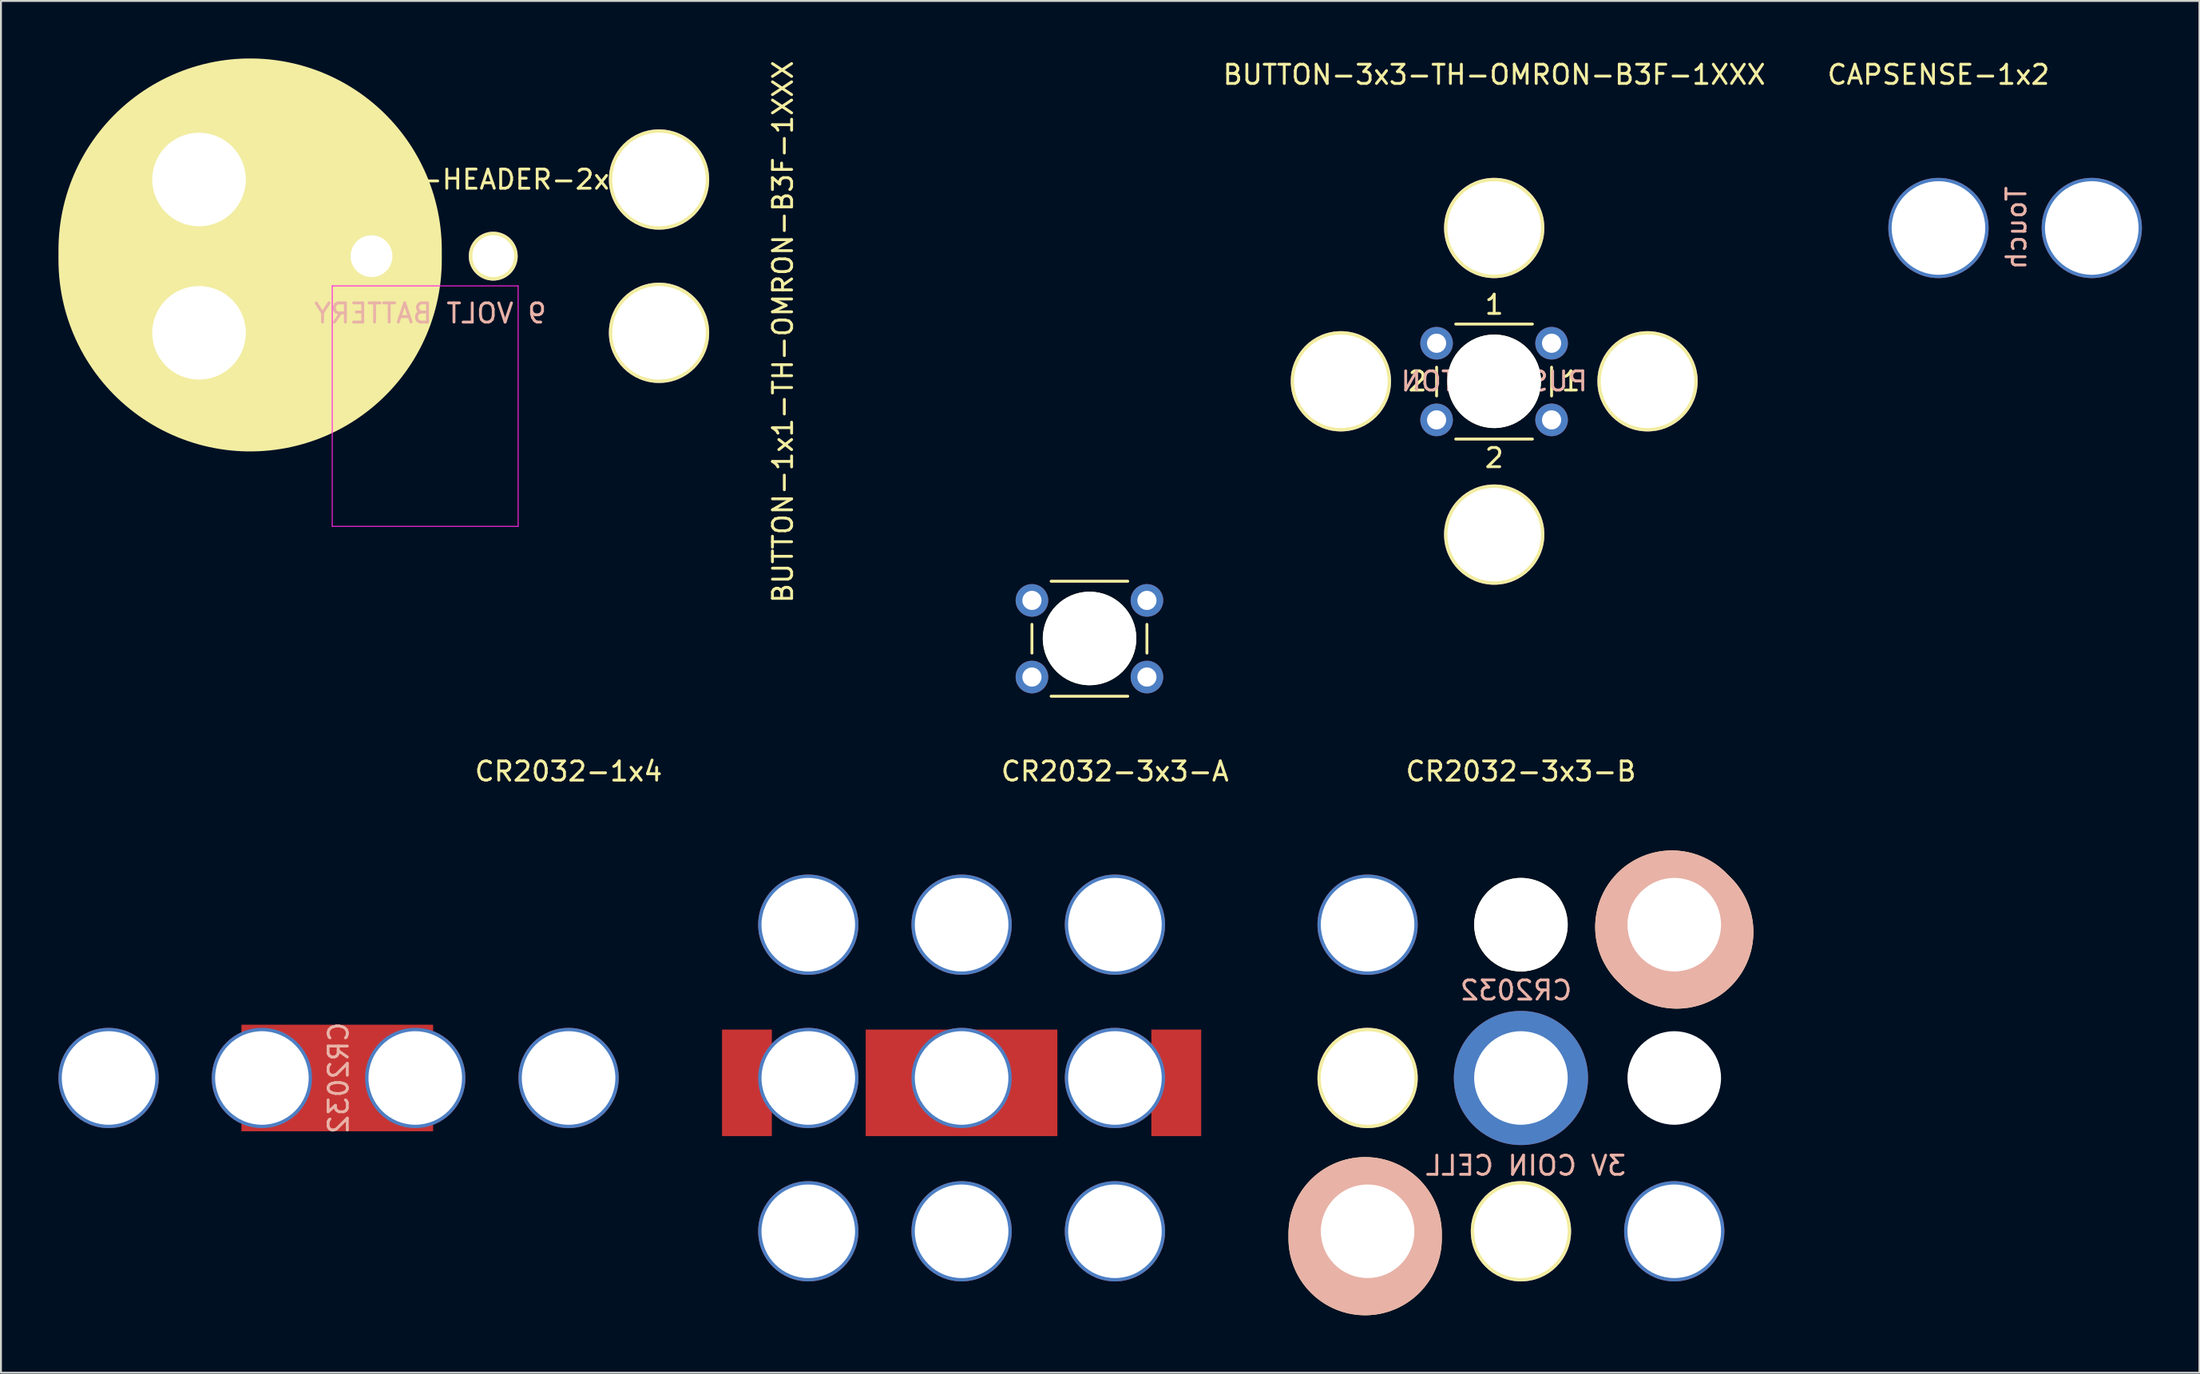
<source format=kicad_pcb>
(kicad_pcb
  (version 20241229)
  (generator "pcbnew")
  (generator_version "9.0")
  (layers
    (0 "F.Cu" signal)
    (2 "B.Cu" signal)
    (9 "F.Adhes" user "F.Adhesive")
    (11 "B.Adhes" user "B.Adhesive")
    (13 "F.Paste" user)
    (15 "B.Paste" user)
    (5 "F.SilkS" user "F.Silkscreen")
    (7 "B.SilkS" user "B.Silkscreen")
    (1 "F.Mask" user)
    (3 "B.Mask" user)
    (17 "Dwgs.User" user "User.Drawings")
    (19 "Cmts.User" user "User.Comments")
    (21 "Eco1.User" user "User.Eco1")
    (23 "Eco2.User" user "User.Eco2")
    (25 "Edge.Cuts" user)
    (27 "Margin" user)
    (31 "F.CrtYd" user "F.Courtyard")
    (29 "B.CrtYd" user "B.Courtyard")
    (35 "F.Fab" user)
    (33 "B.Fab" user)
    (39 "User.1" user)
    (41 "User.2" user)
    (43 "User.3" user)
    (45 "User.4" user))
  (footprint "CR2032-3x3-A"
    (layer "F.Cu")
    (at 47.121 53.205)
    (property "Reference" "CR2032-3x3-A" (at 8 -16 0) (layer "F.SilkS") (effects (font (size 1 1) (thickness 0.15))))
    (attr through_hole)
    (pad "+" smd rect (at -11.2 0.254) (size 2.6 5.56) (layers "F.Cu" "F.Mask" "F.Paste"))
    (pad "+" smd rect (at 11.2 0.254) (size 2.6 5.56) (layers "F.Cu" "F.Mask" "F.Paste"))
    (pad "1" thru_hole circle (at -8 -8) (size 5.23 5.23) (drill 4.88) (layers "*.Cu" "*.Mask"))
    (pad "1" thru_hole circle (at -8 0) (size 5.23 5.23) (drill 4.88) (layers "*.Cu" "*.Mask"))
    (pad "1" thru_hole circle (at -8 8) (size 5.23 5.23) (drill 4.88) (layers "*.Cu" "*.Mask"))
    (pad "1" thru_hole circle (at 0 -8) (size 5.23 5.23) (drill 4.88) (layers "*.Cu" "*.Mask"))
    (pad "1" thru_hole circle (at 0 0) (size 5.23 5.23) (drill 4.88) (layers "*.Cu" "*.Mask"))
    (pad "1" thru_hole circle (at 0 8) (size 5.23 5.23) (drill 4.88) (layers "*.Cu" "*.Mask"))
    (pad "1" thru_hole circle (at 8 -8) (size 5.23 5.23) (drill 4.88) (layers "*.Cu" "*.Mask"))
    (pad "1" thru_hole circle (at 8 0) (size 5.23 5.23) (drill 4.88) (layers "*.Cu" "*.Mask"))
    (pad "1" thru_hole circle (at 8 8) (size 5.23 5.23) (drill 4.88) (layers "*.Cu" "*.Mask"))
    (pad "GND" smd rect (at -0.004 0.254) (size 10 5.56) (layers "F.Cu" "F.Mask" "F.Paste")))
  (footprint "CR2032-3x3-B"
    (layer "F.Cu")
    (at 76.303 53.205)
    (property "Reference" "CR2032-3x3-B" (at 0 -16 0) (layer "F.SilkS") (effects (font (size 1 1) (thickness 0.15))))
    (attr through_hole)
    (fp_line (start -8.128 8.128) (end -8.128 8.382) (stroke (width 8) (type solid)) (layer "F.SilkS"))
    (fp_line (start 7.874 -7.874) (end 8.128 -7.62) (stroke (width 8) (type solid)) (layer "F.SilkS"))
    (fp_line (start -8.128 8.128) (end -8.128 8.382) (stroke (width 8) (type solid)) (layer "B.SilkS"))
    (fp_line (start 7.874 -7.874) (end 8.128 -7.62) (stroke (width 8) (type solid)) (layer "B.SilkS"))
    (fp_text user "3V COIN CELL" (at 0.254 4.572 0) (layer "B.SilkS") (effects (font (size 1 1) (thickness 0.15)) (justify mirror)))
    (fp_text user "CR2032" (at -0.254 -4.572 0) (layer "B.SilkS") (effects (font (size 1 1) (thickness 0.15)) (justify mirror)))
    (pad "" np_thru_hole circle (at -8 0) (size 5.23 5.23) (drill 4.88) (layers "*.Cu" "*.Mask" "F.SilkS"))
    (pad "" np_thru_hole circle (at 0 -8) (size 4.88 4.88) (drill 4.88) (layers "*.Cu" "*.Mask" "F.SilkS"))
    (pad "" np_thru_hole circle (at 0 8) (size 5.23 5.23) (drill 4.88) (layers "*.Cu" "*.Mask" "F.SilkS"))
    (pad "" np_thru_hole circle (at 8 0) (size 4.88 4.88) (drill 4.88) (layers "*.Cu" "*.Mask"))
    (pad "+" thru_hole circle (at -8 8) (size 5.23 5.23) (drill 4.88) (layers "*.Cu" "*.Mask"))
    (pad "+" thru_hole circle (at 8 -8) (size 5.23 5.23) (drill 4.88) (layers "*.Cu" "*.Mask"))
    (pad "GND" thru_hole circle (at -8 -8) (size 5.23 5.23) (drill 4.88) (layers "*.Cu" "*.Mask"))
    (pad "GND" thru_hole circle (at 0 0) (size 7 7) (drill 4.88) (layers "*.Cu" "*.Mask"))
    (pad "GND" thru_hole circle (at 8 8) (size 5.23 5.23) (drill 4.88) (layers "*.Cu" "*.Mask")))
  (footprint "BUTTON-1x1-TH-OMRON-B3F-1XXX"
    (layer "F.Cu")
    (at 53.797 30.268)
    (property "Reference" "BUTTON-1x1-TH-OMRON-B3F-1XXX" (at -16 -16 90) (layer "F.SilkS") (effects (font (size 1 1) (thickness 0.15))))
    (attr through_hole)
    (fp_line (start -3.007 0.014) (end -3.007 0.014) (stroke (width 0.1) (type solid)) (layer "F.SilkS"))
    (fp_line (start -3.007 0.764) (end -3.007 -0.736) (stroke (width 0.15) (type solid)) (layer "F.SilkS"))
    (fp_line (start -2.007 -2.986) (end 1.993 -2.986) (stroke (width 0.15) (type solid)) (layer "F.SilkS"))
    (fp_line (start -2.007 3.014) (end 1.993 3.014) (stroke (width 0.15) (type solid)) (layer "F.SilkS"))
    (fp_line (start 1.993 -2.986) (end -2.007 -2.986) (stroke (width 0.1) (type solid)) (layer "F.SilkS"))
    (fp_line (start 1.993 3.014) (end -2.007 3.014) (stroke (width 0.1) (type solid)) (layer "F.SilkS"))
    (fp_line (start 2.993 -0.736) (end 2.993 0.764) (stroke (width 0.15) (type solid)) (layer "F.SilkS"))
    (fp_line (start 2.993 0.014) (end 2.993 0.014) (stroke (width 0.1) (type solid)) (layer "F.SilkS"))
    (fp_circle (center -0.007 0.014) (end 0.993 1.014) (stroke (width 0) (type solid)) (fill yes) (layer "F.SilkS"))
    (fp_circle (center -0.007 0.014) (end 0.993 1.014) (stroke (width 0.15) (type solid)) (fill no) (layer "F.SilkS"))
    (pad "" np_thru_hole circle (at 0 0) (size 4.88 4.88) (drill 4.88) (layers "*.Cu" "*.Mask" "F.SilkS"))
    (pad "1" thru_hole circle (at -3.007 -1.986) (size 1.7 1.7) (drill 1) (layers "*.Cu" "*.Mask"))
    (pad "2" thru_hole circle (at 2.993 -1.986) (size 1.7 1.7) (drill 1) (layers "*.Cu" "*.Mask"))
    (pad "3" thru_hole circle (at -3.007 2.014) (size 1.7 1.7) (drill 1) (layers "*.Cu" "*.Mask"))
    (pad "4" thru_hole circle (at 2.993 2.014) (size 1.7 1.7) (drill 1) (layers "*.Cu" "*.Mask")))
  (footprint "BUTTON-3x3-TH-OMRON-B3F-1XXX"
    (layer "F.Cu")
    (at 74.909 16.848)
    (property "Reference" "BUTTON-3x3-TH-OMRON-B3F-1XXX" (at 0 -16 0) (layer "F.SilkS") (effects (font (size 1 1) (thickness 0.15))))
    (attr through_hole)
    (fp_line (start -3.007 0.014) (end -3.007 0.014) (stroke (width 0.1) (type solid)) (layer "F.SilkS"))
    (fp_line (start -3.007 0.764) (end -3.007 -0.736) (stroke (width 0.15) (type solid)) (layer "F.SilkS"))
    (fp_line (start -2.007 -2.986) (end 1.993 -2.986) (stroke (width 0.15) (type solid)) (layer "F.SilkS"))
    (fp_line (start -2.007 3.014) (end 1.993 3.014) (stroke (width 0.15) (type solid)) (layer "F.SilkS"))
    (fp_line (start 1.993 -2.986) (end -2.007 -2.986) (stroke (width 0.1) (type solid)) (layer "F.SilkS"))
    (fp_line (start 1.993 3.014) (end -2.007 3.014) (stroke (width 0.1) (type solid)) (layer "F.SilkS"))
    (fp_line (start 2.993 -0.736) (end 2.993 0.764) (stroke (width 0.15) (type solid)) (layer "F.SilkS"))
    (fp_line (start 2.993 0.014) (end 2.993 0.014) (stroke (width 0.1) (type solid)) (layer "F.SilkS"))
    (fp_circle (center -0.007 0.014) (end 0.993 1.014) (stroke (width 0) (type solid)) (fill yes) (layer "F.SilkS"))
    (fp_circle (center -0.007 0.014) (end 0.993 1.014) (stroke (width 0.15) (type solid)) (fill no) (layer "F.SilkS"))
    (fp_text user "1" (at 4 0 0) (layer "F.SilkS") (effects (font (size 1 1) (thickness 0.15))))
    (fp_text user "2" (at -4 0 0) (layer "F.SilkS") (effects (font (size 1 1) (thickness 0.15))))
    (fp_text user "1" (at 0 -4 0) (layer "F.SilkS") (effects (font (size 1 1) (thickness 0.15))))
    (fp_text user "2" (at 0 4 0) (layer "F.SilkS") (effects (font (size 1 1) (thickness 0.15))))
    (fp_text user "PUSHBUTTON" (at 0 0 0) (layer "B.SilkS") (effects (font (size 1 1) (thickness 0.15)) (justify mirror)))
    (pad "" np_thru_hole circle (at 0 0) (size 4.88 4.88) (drill 4.88) (layers "*.Cu" "*.Mask" "F.SilkS"))
    (pad "1" thru_hole circle (at -3.007 -1.986) (size 1.7 1.7) (drill 1) (layers "*.Cu" "*.Mask"))
    (pad "1" thru_hole circle (at 0 -8) (size 5.23 5.23) (drill 4.88) (layers "*.Cu" "*.Mask" "F.SilkS"))
    (pad "1" thru_hole circle (at 2.993 -1.986) (size 1.7 1.7) (drill 1) (layers "*.Cu" "*.Mask"))
    (pad "1" thru_hole circle (at 8 0) (size 5.23 5.23) (drill 4.88) (layers "*.Cu" "*.Mask" "F.SilkS"))
    (pad "2" thru_hole circle (at -8 0) (size 5.23 5.23) (drill 4.88) (layers "*.Cu" "*.Mask" "F.SilkS"))
    (pad "2" thru_hole circle (at -3.007 2.014) (size 1.7 1.7) (drill 1) (layers "*.Cu" "*.Mask"))
    (pad "2" thru_hole circle (at 0 8) (size 5.23 5.23) (drill 4.88) (layers "*.Cu" "*.Mask" "F.SilkS"))
    (pad "2" thru_hole circle (at 2.993 2.014) (size 1.7 1.7) (drill 1) (layers "*.Cu" "*.Mask")))
  (footprint "CR2032-1x4"
    (layer "F.Cu")
    (at 18.615 53.205)
    (property "Reference" "CR2032-1x4" (at 8 -16 0) (layer "F.SilkS") (effects (font (size 1 1) (thickness 0.15))))
    (attr through_hole)
    (fp_text user "CR2032" (at -4 0 90) (layer "B.SilkS") (effects (font (size 1 1) (thickness 0.15)) (justify mirror)))
    (pad "1" thru_hole circle (at -16 0) (size 5.23 5.23) (drill 4.88) (layers "*.Cu" "*.Mask"))
    (pad "1" thru_hole circle (at 8 0) (size 5.23 5.23) (drill 4.88) (layers "*.Cu" "*.Mask"))
    (pad "GND" thru_hole circle (at -8 0) (size 5.23 5.23) (drill 4.88) (layers "*.Cu" "*.Mask"))
    (pad "GND" smd rect (at -4.068 0) (size 10 5.56) (layers "F.Cu" "F.Mask" "F.Paste"))
    (pad "GND" thru_hole circle (at 0 0) (size 5.23 5.23) (drill 4.88) (layers "*.Cu" "*.Mask")))
  (footprint "9V-HEADER-2x4"
    (layer "F.Cu")
    (at 19.334 10.318)
    (property "Reference" "9V-HEADER-2x4" (at 4 -4 0) (layer "F.SilkS") (effects (font (size 1 1) (thickness 0.15))))
    (attr through_hole)
    (fp_line (start -9.334 -0.318) (end -9.334 0.19) (stroke (width 20) (type solid)) (layer "F.SilkS"))
    (fp_line (start -5.05 1.55) (end -5.05 14.1) (stroke (width 0.05) (type solid)) (layer "F.CrtYd"))
    (fp_line (start -5.05 1.55) (end 4.65 1.55) (stroke (width 0.05) (type solid)) (layer "F.CrtYd"))
    (fp_line (start -5.05 14.1) (end 4.65 14.1) (stroke (width 0.05) (type solid)) (layer "F.CrtYd"))
    (fp_line (start 4.65 1.55) (end 4.65 14.1) (stroke (width 0.05) (type solid)) (layer "F.CrtYd"))
    (fp_text user "9 VOLT BATTERY" (at 0.064 2.984 0) (layer "B.SilkS") (effects (font (size 1 1) (thickness 0.15)) (justify mirror)))
    (pad "+" thru_hole circle (at -12 -4) (size 5.23 5.23) (drill 4.88) (layers "*.Cu" "*.Mask" "F.SilkS"))
    (pad "+" thru_hole circle (at -12 4) (size 5.23 5.23) (drill 4.88) (layers "*.Cu" "*.Mask" "F.SilkS"))
    (pad "+" thru_hole circle (at -3 0) (size 2.55 2.55) (drill 2.18) (layers "*.Cu" "*.Mask" "F.SilkS"))
    (pad "-" thru_hole circle (at 3.35 0) (size 2.55 2.55) (drill 2.18) (layers "*.Cu" "*.Mask" "F.SilkS"))
    (pad "-" thru_hole circle (at 12 -4) (size 5.23 5.23) (drill 4.88) (layers "*.Cu" "*.Mask" "F.SilkS"))
    (pad "-" thru_hole circle (at 12 4) (size 5.23 5.23) (drill 4.88) (layers "*.Cu" "*.Mask" "F.SilkS")))
  (footprint "CAPSENSE-1x2"
    (layer "F.Cu")
    (at 98.087 8.848)
    (property "Reference" "CAPSENSE-1x2" (at 0 -8 0) (layer "F.SilkS") (effects (font (size 1 1) (thickness 0.15))))
    (attr through_hole)
    (fp_text user "Touch" (at 4.064 0 90) (layer "B.SilkS") (effects (font (size 1 1) (thickness 0.15)) (justify mirror)))
    (pad "1" thru_hole circle (at 0 0) (size 5.23 5.23) (drill 4.88) (layers "*.Cu" "*.Mask"))
    (pad "2" thru_hole circle (at 8 0) (size 5.23 5.23) (drill 4.88) (layers "*.Cu" "*.Mask")))
  (gr_rect
    (start -3 -3)
    (end 111.702 68.587)
    (stroke (width 0.1) (type default))
    (fill no)
    (layer "Edge.Cuts")))
</source>
